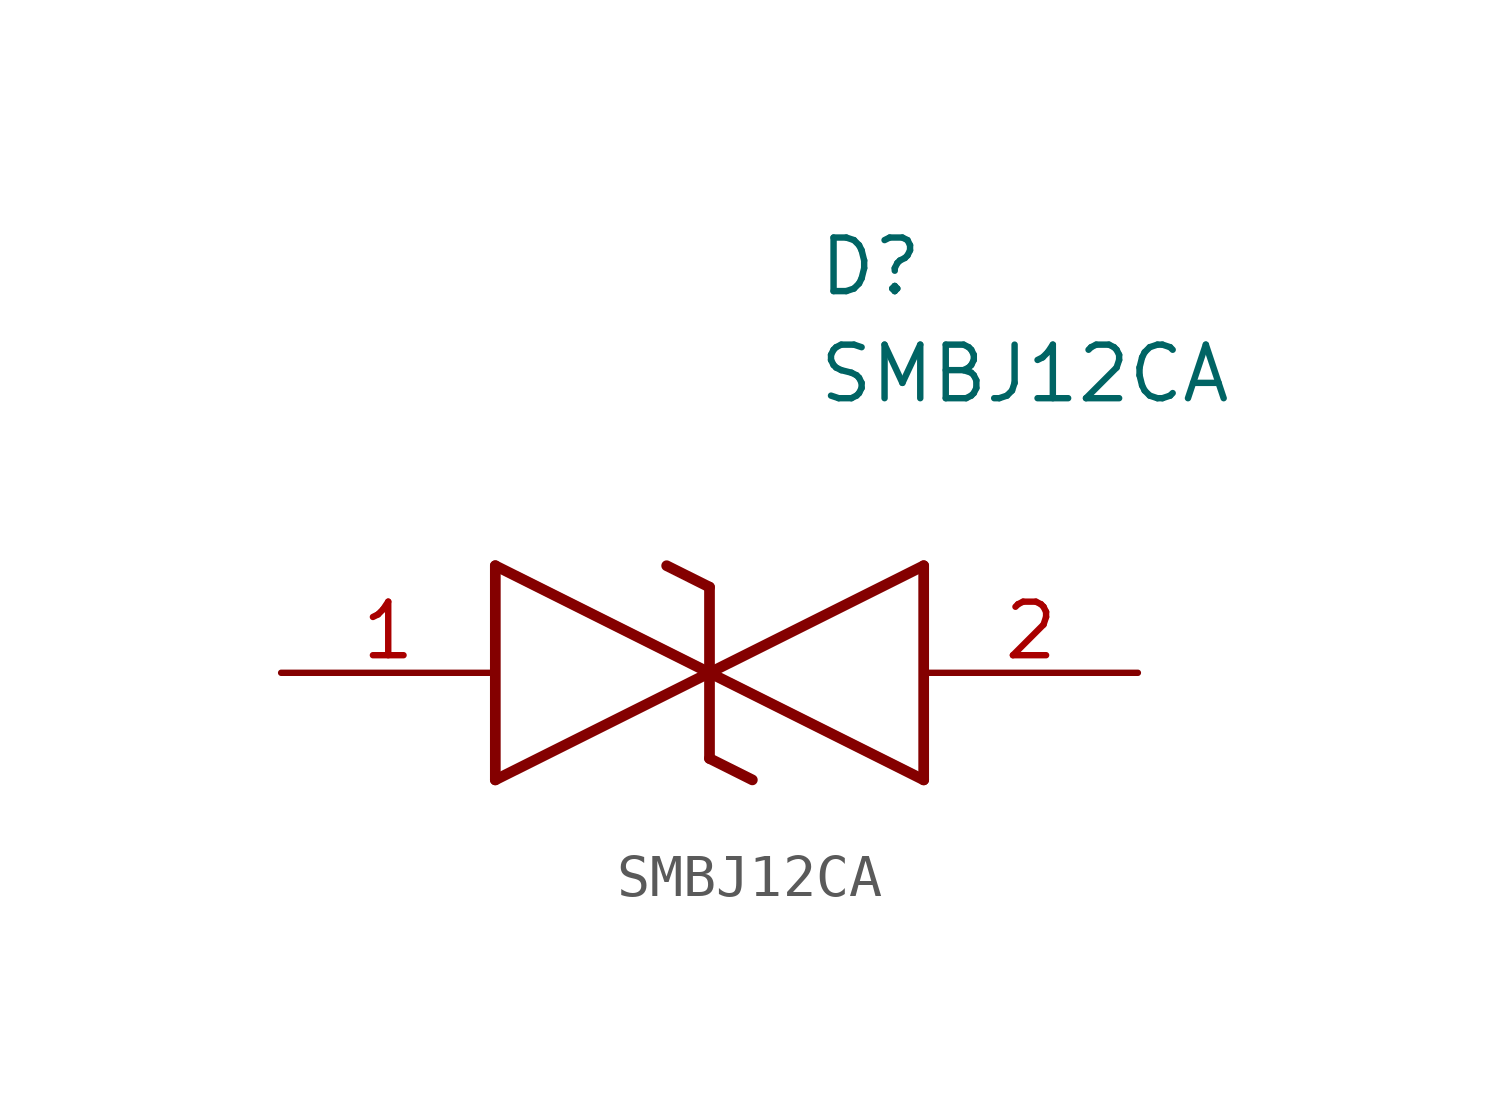
<source format=kicad_sym>
(kicad_symbol_lib
  (version 20211014)
  (generator SamacSys_ECAD_Model)
  (symbol "SMBJ12CA"
    (pin_names hide)
    (property "Reference" "D"
      (at 12.7 8.89 0)
      (effects (font (size 1.27 1.27)) (justify left bottom)))
    (property "Value" "SMBJ12CA"
      (at 12.7 6.35 0)
      (effects (font (size 1.27 1.27)) (justify left bottom)))
    (polyline
      (pts (xy 10.16 0) (xy 5.08 -2.54))
      (stroke (width 0.254) (type default))
      (fill (type none)))
    (polyline
      (pts (xy 5.08 2.54) (xy 5.08 -2.54))
      (stroke (width 0.254) (type default))
      (fill (type none)))
    (polyline
      (pts (xy 5.08 2.54) (xy 10.16 0))
      (stroke (width 0.254) (type default))
      (fill (type none)))
    (polyline
      (pts (xy 10.16 0) (xy 15.24 -2.54))
      (stroke (width 0.254) (type default))
      (fill (type none)))
    (polyline
      (pts (xy 15.24 2.54) (xy 15.24 -2.54))
      (stroke (width 0.254) (type default))
      (fill (type none)))
    (polyline
      (pts (xy 15.24 2.54) (xy 10.16 0))
      (stroke (width 0.254) (type default))
      (fill (type none)))
    (polyline
      (pts (xy 10.16 -2.032) (xy 10.16 2.032))
      (stroke (width 0.254) (type default))
      (fill (type none)))
    (polyline
      (pts (xy 9.144 2.54) (xy 10.16 2.032))
      (stroke (width 0.254) (type default))
      (fill (type none)))
    (polyline
      (pts (xy 10.16 -2.032) (xy 11.176 -2.54))
      (stroke (width 0.254) (type default))
      (fill (type none)))
    (pin passive line
      (at 0 0 0)
      (length 5.08)
      (name "1" (effects (font (size 1.27 1.27))))
      (number "1" (effects (font (size 1.27 1.27)))))
    (pin passive line
      (at 20.32 0 180)
      (length 5.08)
      (name "2" (effects (font (size 1.27 1.27))))
      (number "2" (effects (font (size 1.27 1.27)))))))
</source>
